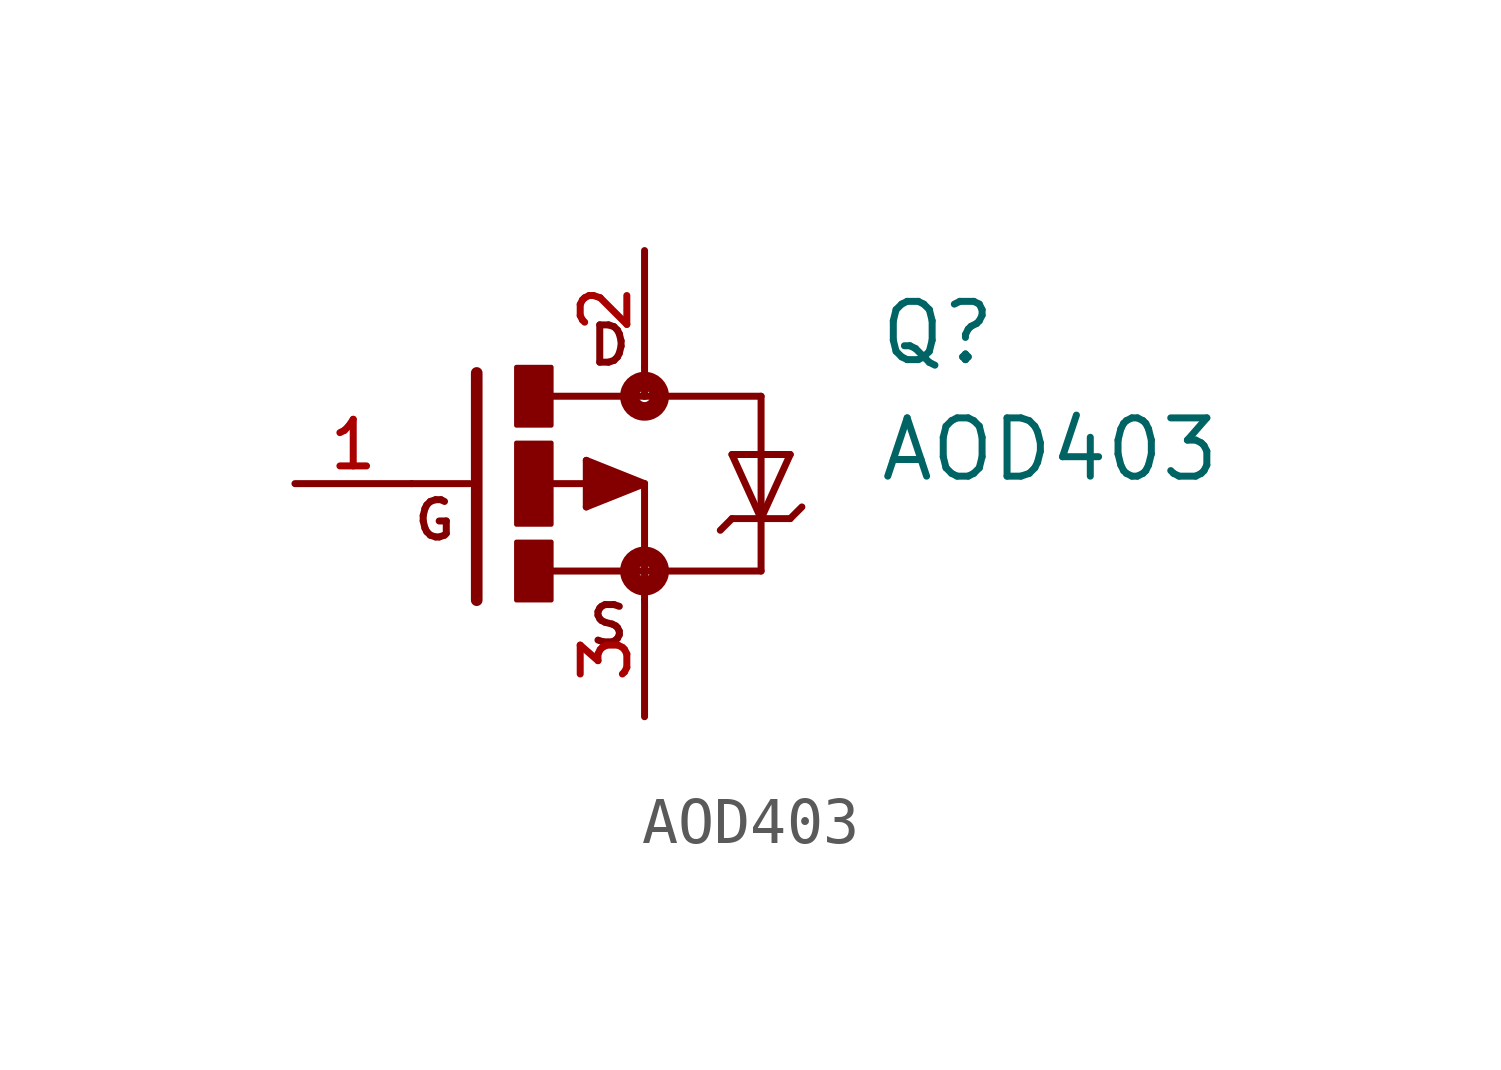
<source format=kicad_sym>
(kicad_symbol_lib
  (version 20211014)
  (generator kicad_symbol_editor)
  (symbol "AOD403"
    (pin_names
      (offset 1.016))
    (property "Reference" "Q"
      (at 5.08 2.54 0)
      (effects (font (size 1.27 1.27)) (justify bottom left)))
    (property "Value" "AOD403"
      (at 5.08 0.0 0)
      (effects (font (size 1.27 1.27)) (justify bottom left)))
    (symbol "AOD403_0_0"
      (polyline (pts (xy -3.658 2.413) (xy -3.658 -2.54)) (stroke (width 0.254)))
      (polyline (pts (xy 0.0 1.905) (xy -2.007 1.905)) (stroke (width 0.152)))
      (polyline (pts (xy -2.032 -1.905) (xy 2.54 -1.905)) (stroke (width 0.152)))
      (polyline (pts (xy 0.0 2.54) (xy 0.0 1.905)) (stroke (width 0.152)))
      (polyline (pts (xy 0.0 1.905) (xy 2.54 1.905)) (stroke (width 0.152)))
      (polyline (pts (xy 0.0 0.0) (xy 0.0 -2.54)) (stroke (width 0.152)))
      (polyline (pts (xy 2.54 -1.905) (xy 2.54 -0.762)) (stroke (width 0.152)))
      (polyline (pts (xy 2.54 -0.762) (xy 2.54 1.905)) (stroke (width 0.152)))
      (polyline (pts (xy 2.54 -0.762) (xy 3.175 0.635)) (stroke (width 0.152)))
      (polyline (pts (xy 3.175 0.635) (xy 1.905 0.635)) (stroke (width 0.152)))
      (polyline (pts (xy 1.905 0.635) (xy 2.54 -0.762)) (stroke (width 0.152)))
      (polyline (pts (xy 3.175 -0.762) (xy 2.54 -0.762)) (stroke (width 0.152)))
      (polyline (pts (xy 2.54 -0.762) (xy 1.905 -0.762)) (stroke (width 0.152)))
      (polyline (pts (xy 1.905 -0.762) (xy 1.651 -1.016)) (stroke (width 0.152)))
      (polyline (pts (xy 3.175 -0.762) (xy 3.429 -0.508)) (stroke (width 0.152)))
      (polyline (pts (xy 0.0 0.0) (xy -1.27 0.508)) (stroke (width 0.152)))
      (polyline (pts (xy -1.27 0.508) (xy -1.27 -0.508)) (stroke (width 0.152)))
      (polyline (pts (xy -1.27 -0.508) (xy 0.0 0.0)) (stroke (width 0.152)))
      (polyline (pts (xy -1.143 0.0) (xy -2.032 0.0)) (stroke (width 0.152)))
      (polyline (pts (xy -1.143 -0.254) (xy -0.254 0.0)) (stroke (width 0.305)))
      (polyline (pts (xy -0.254 0.0) (xy -1.143 0.254)) (stroke (width 0.305)))
      (polyline (pts (xy -1.143 0.254) (xy -1.143 0.0)) (stroke (width 0.305)))
      (polyline (pts (xy -1.143 0.0) (xy -0.889 0.0)) (stroke (width 0.305)))
      (polyline (pts (xy -3.81 0.0) (xy -5.08 0.0)) (stroke (width 0.152)))
      (circle (center 0.0 -1.905) (radius 0.127) (stroke (width 0.406)) (fill (type none)))
      (circle (center 0.0 1.905) (radius 0.127) (stroke (width 0.406)) (fill (type none)))
      (text "D" (at -1.27 2.54 0) (effects (font (size 0.813 0.813)) (justify bottom left)))
      (text "S" (at -1.27 -3.556 0) (effects (font (size 0.813 0.813)) (justify bottom left)))
      (text "G" (at -5.08 -1.27 0) (effects (font (size 0.813 0.813)) (justify bottom left)))
      (rectangle (start -2.794 -2.54) (end -2.032 -1.27) (stroke (width 0.1)) (fill (type outline)))
      (rectangle (start -2.794 1.27) (end -2.032 2.54) (stroke (width 0.1)) (fill (type outline)))
      (rectangle (start -2.794 -0.889) (end -2.032 0.889) (stroke (width 0.1)) (fill (type outline)))
      (pin passive line (at -7.62 0.0 0) (length 2.54) (name "~" (effects (font (size 1.016 1.016)))) (number "1" (effects (font (size 1.016 1.016)))))
      (pin passive line (at 0.0 5.08 270.0) (length 2.54) (name "~" (effects (font (size 1.016 1.016)))) (number "2" (effects (font (size 1.016 1.016)))))
      (pin passive line (at 0.0 -5.08 90.0) (length 2.54) (name "~" (effects (font (size 1.016 1.016)))) (number "3" (effects (font (size 1.016 1.016))))))))
</source>
